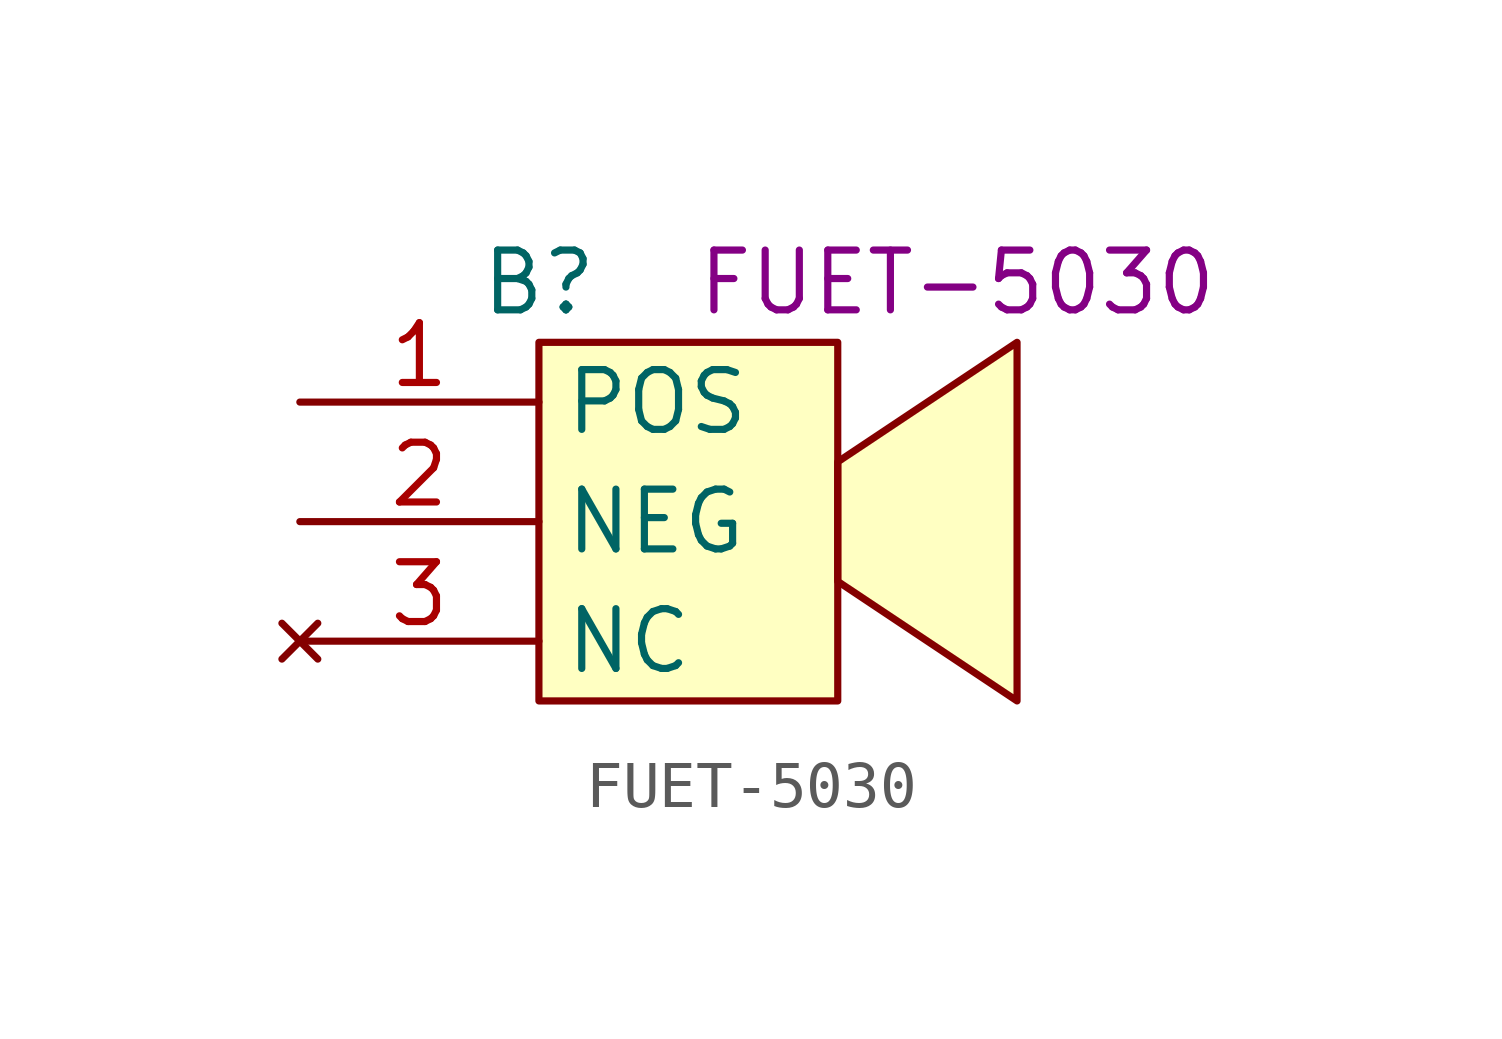
<source format=kicad_sym>
(kicad_symbol_lib
  (version 20241209)
  (generator "kicad_symbol_editor")
  (generator_version "9.0")
  (symbol "FUET-5030"
    (property "Reference" "B"
      (at -5.08 1.27 0)
      (effects (font (size 1.27 1.27))))
    (property "Name" "FUET-5030"
      (at 3.81 1.27 0)
      (effects (font (size 1.27 1.27))))
    (symbol "FUET-5030_0_1"
      (rectangle (start -5.08 0) (end 1.27 -7.62) (stroke (width 0) (type default)) (fill (type background)))
      (polyline (pts (xy 1.27 -2.54) (xy 5.08 0) (xy 5.08 -7.62) (xy 1.27 -5.08) (xy 1.27 -2.54)) (stroke (width 0) (type default)) (fill (type background))))
    (symbol "FUET-5030_1_1"
      (pin power_in line (at -10.16 -1.27 0) (length 5.08) (name "POS" (effects (font (size 1.27 1.27)))) (number "1" (effects (font (size 1.27 1.27)))))
      (pin power_in line (at -10.16 -3.81 0) (length 5.08) (name "NEG" (effects (font (size 1.27 1.27)))) (number "2" (effects (font (size 1.27 1.27)))))
      (pin no_connect line (at -10.16 -6.35 0) (length 5.08) (name "NC" (effects (font (size 1.27 1.27)))) (number "3" (effects (font (size 1.27 1.27))))))))
</source>
